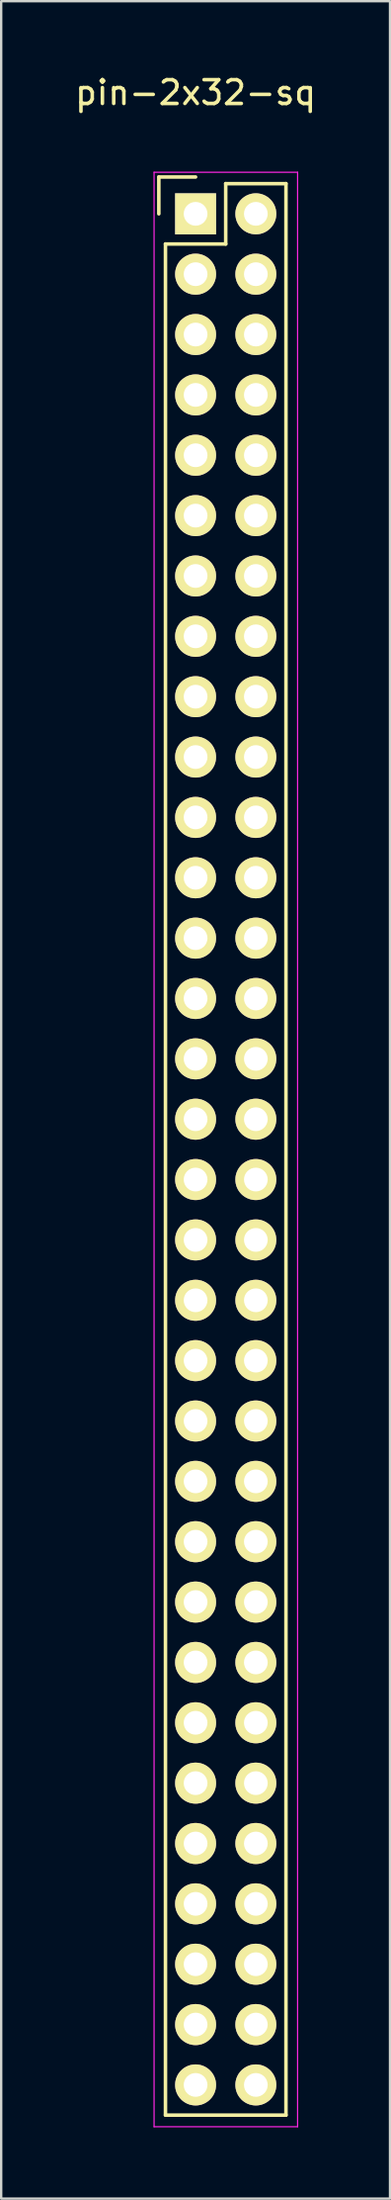
<source format=kicad_pcb>
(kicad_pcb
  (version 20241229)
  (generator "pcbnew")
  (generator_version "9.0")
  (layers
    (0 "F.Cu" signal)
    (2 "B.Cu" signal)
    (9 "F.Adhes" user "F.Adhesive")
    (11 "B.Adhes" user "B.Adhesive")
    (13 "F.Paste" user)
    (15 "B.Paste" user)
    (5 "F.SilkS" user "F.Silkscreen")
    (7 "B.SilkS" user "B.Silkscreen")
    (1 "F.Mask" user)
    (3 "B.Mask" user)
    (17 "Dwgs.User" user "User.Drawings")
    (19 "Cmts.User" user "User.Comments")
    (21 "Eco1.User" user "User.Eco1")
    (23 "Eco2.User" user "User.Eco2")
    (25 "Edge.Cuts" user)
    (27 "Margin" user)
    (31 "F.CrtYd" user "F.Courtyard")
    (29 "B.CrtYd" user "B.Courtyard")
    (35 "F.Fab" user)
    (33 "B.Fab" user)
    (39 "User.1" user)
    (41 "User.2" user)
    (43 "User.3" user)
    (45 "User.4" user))
  (footprint "pin-2x32-sq"
    (layer "F.Cu")
    (at 5.196 5.948)
    (property "Reference" "pin-2x32-sq" (at 0 -5.1 0) (layer "F.SilkS") (effects (font (size 1 1) (thickness 0.15))))
    (attr through_hole)
    (fp_line (start -1.55 -1.55) (end -1.55 0) (stroke (width 0.15) (type solid)) (layer "F.SilkS"))
    (fp_line (start -1.27 1.27) (end -1.27 80.01) (stroke (width 0.15) (type solid)) (layer "F.SilkS"))
    (fp_line (start 0 -1.55) (end -1.55 -1.55) (stroke (width 0.15) (type solid)) (layer "F.SilkS"))
    (fp_line (start 1.27 -1.27) (end 1.27 1.27) (stroke (width 0.15) (type solid)) (layer "F.SilkS"))
    (fp_line (start 1.27 1.27) (end -1.27 1.27) (stroke (width 0.15) (type solid)) (layer "F.SilkS"))
    (fp_line (start 3.81 -1.27) (end 1.27 -1.27) (stroke (width 0.15) (type solid)) (layer "F.SilkS"))
    (fp_line (start 3.81 80.01) (end -1.27 80.01) (stroke (width 0.15) (type solid)) (layer "F.SilkS"))
    (fp_line (start 3.81 80.01) (end 3.81 -1.27) (stroke (width 0.15) (type solid)) (layer "F.SilkS"))
    (fp_line (start -1.75 -1.75) (end -1.75 80.5) (stroke (width 0.05) (type solid)) (layer "F.CrtYd"))
    (fp_line (start -1.75 -1.75) (end 4.3 -1.75) (stroke (width 0.05) (type solid)) (layer "F.CrtYd"))
    (fp_line (start -1.75 80.5) (end 4.3 80.5) (stroke (width 0.05) (type solid)) (layer "F.CrtYd"))
    (fp_line (start 4.3 -1.75) (end 4.3 80.5) (stroke (width 0.05) (type solid)) (layer "F.CrtYd"))
    (pad "1" thru_hole rect (at 0 0) (size 1.727 1.727) (drill 1) (layers "*.Cu" "*.Mask" "F.SilkS"))
    (pad "2" thru_hole oval (at 2.54 0) (size 1.727 1.727) (drill 1) (layers "*.Cu" "*.Mask" "F.SilkS"))
    (pad "3" thru_hole oval (at 0 2.54) (size 1.727 1.727) (drill 1) (layers "*.Cu" "*.Mask" "F.SilkS"))
    (pad "4" thru_hole oval (at 2.54 2.54) (size 1.727 1.727) (drill 1) (layers "*.Cu" "*.Mask" "F.SilkS"))
    (pad "5" thru_hole oval (at 0 5.08) (size 1.727 1.727) (drill 1) (layers "*.Cu" "*.Mask" "F.SilkS"))
    (pad "6" thru_hole oval (at 2.54 5.08) (size 1.727 1.727) (drill 1) (layers "*.Cu" "*.Mask" "F.SilkS"))
    (pad "7" thru_hole oval (at 0 7.62) (size 1.727 1.727) (drill 1) (layers "*.Cu" "*.Mask" "F.SilkS"))
    (pad "8" thru_hole oval (at 2.54 7.62) (size 1.727 1.727) (drill 1) (layers "*.Cu" "*.Mask" "F.SilkS"))
    (pad "9" thru_hole oval (at 0 10.16) (size 1.727 1.727) (drill 1) (layers "*.Cu" "*.Mask" "F.SilkS"))
    (pad "10" thru_hole oval (at 2.54 10.16) (size 1.727 1.727) (drill 1) (layers "*.Cu" "*.Mask" "F.SilkS"))
    (pad "11" thru_hole oval (at 0 12.7) (size 1.727 1.727) (drill 1) (layers "*.Cu" "*.Mask" "F.SilkS"))
    (pad "12" thru_hole oval (at 2.54 12.7) (size 1.727 1.727) (drill 1) (layers "*.Cu" "*.Mask" "F.SilkS"))
    (pad "13" thru_hole oval (at 0 15.24) (size 1.727 1.727) (drill 1) (layers "*.Cu" "*.Mask" "F.SilkS"))
    (pad "14" thru_hole oval (at 2.54 15.24) (size 1.727 1.727) (drill 1) (layers "*.Cu" "*.Mask" "F.SilkS"))
    (pad "15" thru_hole oval (at 0 17.78) (size 1.727 1.727) (drill 1) (layers "*.Cu" "*.Mask" "F.SilkS"))
    (pad "16" thru_hole oval (at 2.54 17.78) (size 1.727 1.727) (drill 1) (layers "*.Cu" "*.Mask" "F.SilkS"))
    (pad "17" thru_hole oval (at 0 20.32) (size 1.727 1.727) (drill 1) (layers "*.Cu" "*.Mask" "F.SilkS"))
    (pad "18" thru_hole oval (at 2.54 20.32) (size 1.727 1.727) (drill 1) (layers "*.Cu" "*.Mask" "F.SilkS"))
    (pad "19" thru_hole oval (at 0 22.86) (size 1.727 1.727) (drill 1) (layers "*.Cu" "*.Mask" "F.SilkS"))
    (pad "20" thru_hole oval (at 2.54 22.86) (size 1.727 1.727) (drill 1) (layers "*.Cu" "*.Mask" "F.SilkS"))
    (pad "21" thru_hole oval (at 0 25.4) (size 1.727 1.727) (drill 1) (layers "*.Cu" "*.Mask" "F.SilkS"))
    (pad "22" thru_hole oval (at 2.54 25.4) (size 1.727 1.727) (drill 1) (layers "*.Cu" "*.Mask" "F.SilkS"))
    (pad "23" thru_hole oval (at 0 27.94) (size 1.727 1.727) (drill 1) (layers "*.Cu" "*.Mask" "F.SilkS"))
    (pad "24" thru_hole oval (at 2.54 27.94) (size 1.727 1.727) (drill 1) (layers "*.Cu" "*.Mask" "F.SilkS"))
    (pad "25" thru_hole oval (at 0 30.48) (size 1.727 1.727) (drill 1) (layers "*.Cu" "*.Mask" "F.SilkS"))
    (pad "26" thru_hole oval (at 2.54 30.48) (size 1.727 1.727) (drill 1) (layers "*.Cu" "*.Mask" "F.SilkS"))
    (pad "27" thru_hole oval (at 0 33.02) (size 1.727 1.727) (drill 1) (layers "*.Cu" "*.Mask" "F.SilkS"))
    (pad "28" thru_hole oval (at 2.54 33.02) (size 1.727 1.727) (drill 1) (layers "*.Cu" "*.Mask" "F.SilkS"))
    (pad "29" thru_hole oval (at 0 35.56) (size 1.727 1.727) (drill 1) (layers "*.Cu" "*.Mask" "F.SilkS"))
    (pad "30" thru_hole oval (at 2.54 35.56) (size 1.727 1.727) (drill 1) (layers "*.Cu" "*.Mask" "F.SilkS"))
    (pad "31" thru_hole oval (at 0 38.1) (size 1.727 1.727) (drill 1) (layers "*.Cu" "*.Mask" "F.SilkS"))
    (pad "32" thru_hole oval (at 2.54 38.1) (size 1.727 1.727) (drill 1) (layers "*.Cu" "*.Mask" "F.SilkS"))
    (pad "33" thru_hole oval (at 0 40.64) (size 1.727 1.727) (drill 1) (layers "*.Cu" "*.Mask" "F.SilkS"))
    (pad "34" thru_hole oval (at 2.54 40.64) (size 1.727 1.727) (drill 1) (layers "*.Cu" "*.Mask" "F.SilkS"))
    (pad "35" thru_hole oval (at 0 43.18) (size 1.727 1.727) (drill 1) (layers "*.Cu" "*.Mask" "F.SilkS"))
    (pad "36" thru_hole oval (at 2.54 43.18) (size 1.727 1.727) (drill 1) (layers "*.Cu" "*.Mask" "F.SilkS"))
    (pad "37" thru_hole oval (at 0 45.72) (size 1.727 1.727) (drill 1) (layers "*.Cu" "*.Mask" "F.SilkS"))
    (pad "38" thru_hole oval (at 2.54 45.72) (size 1.727 1.727) (drill 1) (layers "*.Cu" "*.Mask" "F.SilkS"))
    (pad "39" thru_hole oval (at 0 48.26) (size 1.727 1.727) (drill 1) (layers "*.Cu" "*.Mask" "F.SilkS"))
    (pad "40" thru_hole oval (at 2.54 48.26) (size 1.727 1.727) (drill 1) (layers "*.Cu" "*.Mask" "F.SilkS"))
    (pad "41" thru_hole oval (at 0 50.8) (size 1.727 1.727) (drill 1) (layers "*.Cu" "*.Mask" "F.SilkS"))
    (pad "42" thru_hole oval (at 2.54 50.8) (size 1.727 1.727) (drill 1) (layers "*.Cu" "*.Mask" "F.SilkS"))
    (pad "43" thru_hole oval (at 0 53.34) (size 1.727 1.727) (drill 1) (layers "*.Cu" "*.Mask" "F.SilkS"))
    (pad "44" thru_hole oval (at 2.54 53.34) (size 1.727 1.727) (drill 1) (layers "*.Cu" "*.Mask" "F.SilkS"))
    (pad "45" thru_hole oval (at 0 55.88) (size 1.727 1.727) (drill 1) (layers "*.Cu" "*.Mask" "F.SilkS"))
    (pad "46" thru_hole oval (at 2.54 55.88) (size 1.727 1.727) (drill 1) (layers "*.Cu" "*.Mask" "F.SilkS"))
    (pad "47" thru_hole oval (at 0 58.42) (size 1.727 1.727) (drill 1) (layers "*.Cu" "*.Mask" "F.SilkS"))
    (pad "48" thru_hole oval (at 2.54 58.42) (size 1.727 1.727) (drill 1) (layers "*.Cu" "*.Mask" "F.SilkS"))
    (pad "49" thru_hole oval (at 0 60.96) (size 1.727 1.727) (drill 1) (layers "*.Cu" "*.Mask" "F.SilkS"))
    (pad "50" thru_hole oval (at 2.54 60.96) (size 1.727 1.727) (drill 1) (layers "*.Cu" "*.Mask" "F.SilkS"))
    (pad "51" thru_hole oval (at 0 63.5) (size 1.727 1.727) (drill 1) (layers "*.Cu" "*.Mask" "F.SilkS"))
    (pad "52" thru_hole oval (at 2.54 63.5) (size 1.727 1.727) (drill 1) (layers "*.Cu" "*.Mask" "F.SilkS"))
    (pad "53" thru_hole oval (at 0 66.04) (size 1.727 1.727) (drill 1) (layers "*.Cu" "*.Mask" "F.SilkS"))
    (pad "54" thru_hole oval (at 2.54 66.04) (size 1.727 1.727) (drill 1) (layers "*.Cu" "*.Mask" "F.SilkS"))
    (pad "55" thru_hole oval (at 0 68.58) (size 1.727 1.727) (drill 1) (layers "*.Cu" "*.Mask" "F.SilkS"))
    (pad "56" thru_hole oval (at 2.54 68.58) (size 1.727 1.727) (drill 1) (layers "*.Cu" "*.Mask" "F.SilkS"))
    (pad "57" thru_hole oval (at 0 71.12) (size 1.727 1.727) (drill 1) (layers "*.Cu" "*.Mask" "F.SilkS"))
    (pad "58" thru_hole oval (at 2.54 71.12) (size 1.727 1.727) (drill 1) (layers "*.Cu" "*.Mask" "F.SilkS"))
    (pad "59" thru_hole oval (at 0 73.66) (size 1.727 1.727) (drill 1) (layers "*.Cu" "*.Mask" "F.SilkS"))
    (pad "60" thru_hole oval (at 2.54 73.66) (size 1.727 1.727) (drill 1) (layers "*.Cu" "*.Mask" "F.SilkS"))
    (pad "61" thru_hole oval (at 0 76.2) (size 1.727 1.727) (drill 1) (layers "*.Cu" "*.Mask" "F.SilkS"))
    (pad "62" thru_hole oval (at 2.54 76.2) (size 1.727 1.727) (drill 1) (layers "*.Cu" "*.Mask" "F.SilkS"))
    (pad "63" thru_hole oval (at 0 78.74) (size 1.727 1.727) (drill 1) (layers "*.Cu" "*.Mask" "F.SilkS"))
    (pad "64" thru_hole oval (at 2.54 78.74) (size 1.727 1.727) (drill 1) (layers "*.Cu" "*.Mask" "F.SilkS")))
  (gr_rect
    (start -3 -3)
    (end 13.393 89.473)
    (stroke (width 0.1) (type default))
    (fill no)
    (layer "Edge.Cuts")))
</source>
